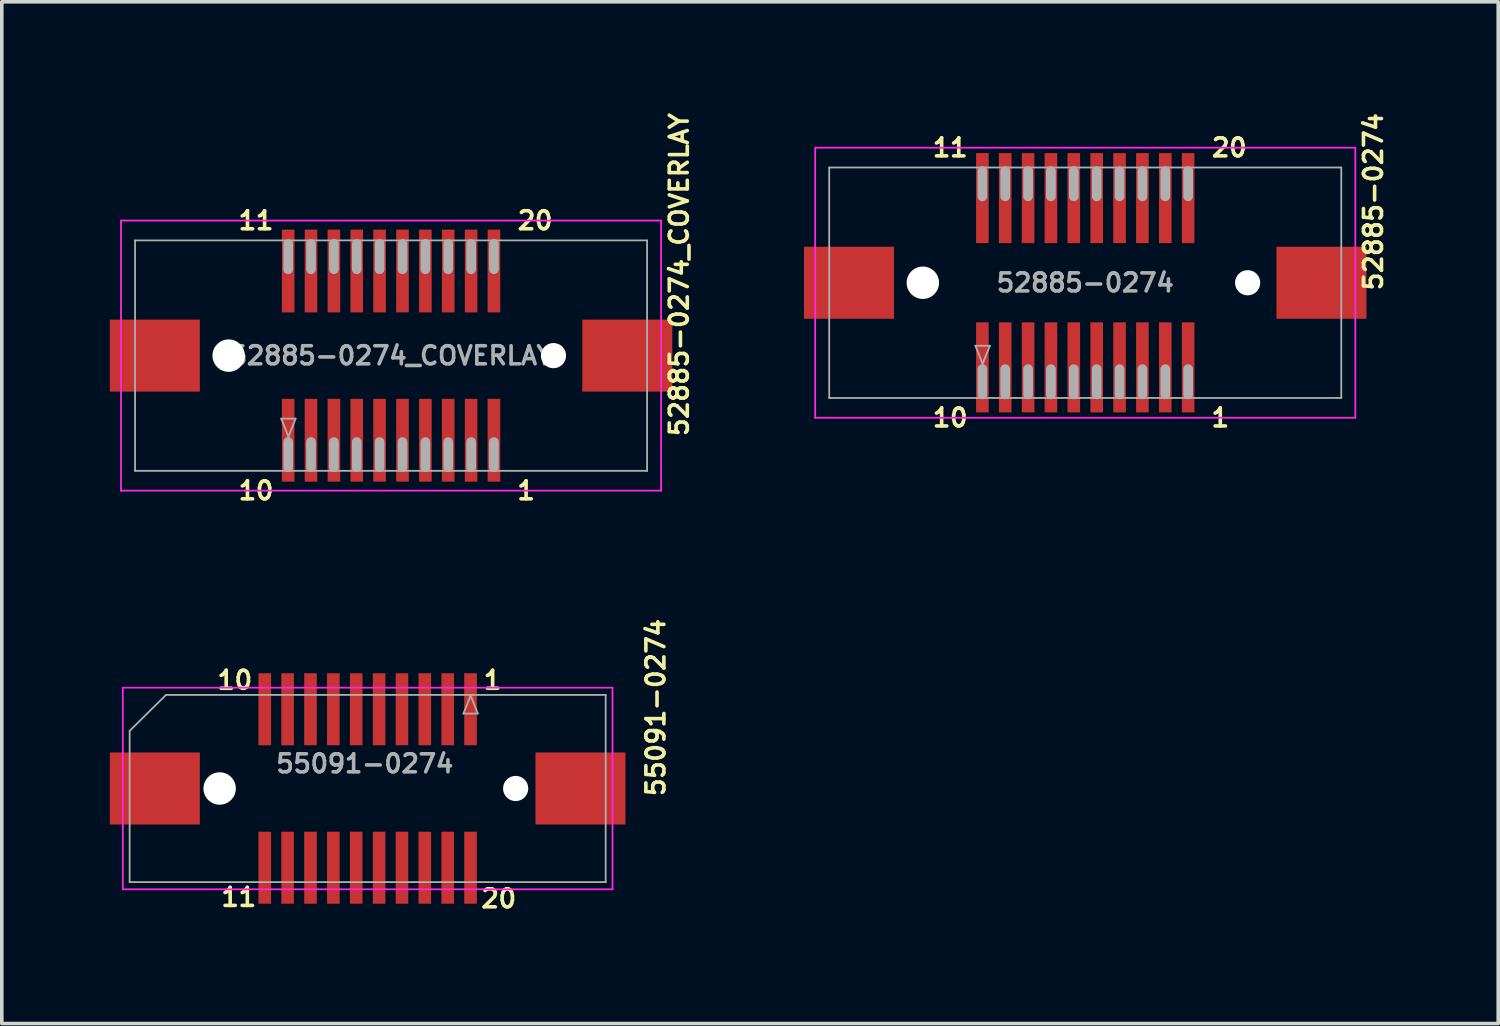
<source format=kicad_pcb>
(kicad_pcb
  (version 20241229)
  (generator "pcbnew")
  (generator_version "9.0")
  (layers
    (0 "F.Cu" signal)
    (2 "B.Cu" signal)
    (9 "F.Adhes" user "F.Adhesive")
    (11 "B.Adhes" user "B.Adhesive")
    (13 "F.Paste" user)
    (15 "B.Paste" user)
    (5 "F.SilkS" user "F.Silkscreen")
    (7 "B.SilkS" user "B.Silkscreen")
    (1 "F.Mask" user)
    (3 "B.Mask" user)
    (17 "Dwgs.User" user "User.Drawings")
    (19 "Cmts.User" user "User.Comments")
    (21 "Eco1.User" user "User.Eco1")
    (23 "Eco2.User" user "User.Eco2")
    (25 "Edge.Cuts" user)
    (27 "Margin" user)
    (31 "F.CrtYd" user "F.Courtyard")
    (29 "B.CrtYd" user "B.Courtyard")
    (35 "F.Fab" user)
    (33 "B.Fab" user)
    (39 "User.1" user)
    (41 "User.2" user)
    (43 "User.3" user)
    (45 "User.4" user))
  (footprint "52885-0274_COVERLAY"
    (layer "F.Cu")
    (at 7.81 6.826)
    (property "Reference" "52885-0274_COVERLAY" (at 8 -2.25 90) (layer "F.SilkS") (effects (font (size 0.5 0.5) (thickness 0.1))))
    (attr smd)
    (fp_line (start -7.5 -3.75) (end 7.5 -3.75) (stroke (width 0.05) (type solid)) (layer "F.CrtYd"))
    (fp_line (start -7.5 3.75) (end -7.5 -3.75) (stroke (width 0.05) (type solid)) (layer "F.CrtYd"))
    (fp_line (start 7.5 -3.75) (end 7.5 3.75) (stroke (width 0.05) (type solid)) (layer "F.CrtYd"))
    (fp_line (start 7.5 3.75) (end -7.5 3.75) (stroke (width 0.05) (type solid)) (layer "F.CrtYd"))
    (fp_line (start -7.11 -3.2) (end 7.11 -3.2) (stroke (width 0.05) (type solid)) (layer "F.Fab"))
    (fp_line (start -7.11 3.2) (end -7.11 -3.2) (stroke (width 0.05) (type solid)) (layer "F.Fab"))
    (fp_line (start -3.05 1.75) (end -2.65 1.75) (stroke (width 0.05) (type solid)) (layer "F.Fab"))
    (fp_line (start -2.857 -3.1) (end -2.857 -2.4) (stroke (width 0.27) (type solid)) (layer "F.Fab"))
    (fp_line (start -2.857 3.1) (end -2.857 2.4) (stroke (width 0.27) (type solid)) (layer "F.Fab"))
    (fp_line (start -2.85 2.25) (end -3.05 1.75) (stroke (width 0.05) (type solid)) (layer "F.Fab"))
    (fp_line (start -2.65 1.75) (end -2.85 2.25) (stroke (width 0.05) (type solid)) (layer "F.Fab"))
    (fp_line (start -2.223 -3.1) (end -2.223 -2.4) (stroke (width 0.27) (type solid)) (layer "F.Fab"))
    (fp_line (start -2.223 3.1) (end -2.223 2.4) (stroke (width 0.27) (type solid)) (layer "F.Fab"))
    (fp_line (start -1.587 -3.1) (end -1.587 -2.4) (stroke (width 0.27) (type solid)) (layer "F.Fab"))
    (fp_line (start -1.587 3.1) (end -1.587 2.4) (stroke (width 0.27) (type solid)) (layer "F.Fab"))
    (fp_line (start -0.953 -3.1) (end -0.953 -2.4) (stroke (width 0.27) (type solid)) (layer "F.Fab"))
    (fp_line (start -0.953 3.1) (end -0.953 2.4) (stroke (width 0.27) (type solid)) (layer "F.Fab"))
    (fp_line (start -0.318 -3.1) (end -0.318 -2.4) (stroke (width 0.27) (type solid)) (layer "F.Fab"))
    (fp_line (start -0.318 3.1) (end -0.318 2.4) (stroke (width 0.27) (type solid)) (layer "F.Fab"))
    (fp_line (start 0.318 -3.1) (end 0.318 -2.4) (stroke (width 0.27) (type solid)) (layer "F.Fab"))
    (fp_line (start 0.318 3.1) (end 0.318 2.4) (stroke (width 0.27) (type solid)) (layer "F.Fab"))
    (fp_line (start 0.953 -3.1) (end 0.953 -2.4) (stroke (width 0.27) (type solid)) (layer "F.Fab"))
    (fp_line (start 0.953 3.1) (end 0.953 2.4) (stroke (width 0.27) (type solid)) (layer "F.Fab"))
    (fp_line (start 1.587 -3.1) (end 1.587 -2.4) (stroke (width 0.27) (type solid)) (layer "F.Fab"))
    (fp_line (start 1.587 3.1) (end 1.587 2.4) (stroke (width 0.27) (type solid)) (layer "F.Fab"))
    (fp_line (start 2.223 -3.1) (end 2.223 -2.4) (stroke (width 0.27) (type solid)) (layer "F.Fab"))
    (fp_line (start 2.223 3.1) (end 2.223 2.4) (stroke (width 0.27) (type solid)) (layer "F.Fab"))
    (fp_line (start 2.857 -3.1) (end 2.857 -2.4) (stroke (width 0.27) (type solid)) (layer "F.Fab"))
    (fp_line (start 2.857 3.1) (end 2.857 2.4) (stroke (width 0.27) (type solid)) (layer "F.Fab"))
    (fp_line (start 7.11 -3.2) (end 7.11 3.2) (stroke (width 0.05) (type solid)) (layer "F.Fab"))
    (fp_line (start 7.11 3.2) (end -7.11 3.2) (stroke (width 0.05) (type solid)) (layer "F.Fab"))
    (fp_text user "11" (at -3.75 -3.75 0) (layer "F.SilkS") (effects (font (size 0.5 0.5) (thickness 0.1))))
    (fp_text user "10" (at -3.75 3.75 0) (layer "F.SilkS") (effects (font (size 0.5 0.5) (thickness 0.1))))
    (fp_text user "1" (at 3.75 3.75 0) (layer "F.SilkS") (effects (font (size 0.5 0.5) (thickness 0.1))))
    (fp_text user "20" (at 4 -3.75 0) (layer "F.SilkS") (effects (font (size 0.5 0.5) (thickness 0.1))))
    (fp_text user "${REFERENCE}" (at 0 0 0) (layer "F.Fab") (effects (font (size 0.5 0.5) (thickness 0.1))))
    (pad "" np_thru_hole circle (at -4.51 0) (size 0.9 0.9) (drill 0.9) (layers "*.Cu"))
    (pad "" np_thru_hole circle (at 4.51 0) (size 0.7 0.7) (drill 0.7) (layers "*.Cu"))
    (pad "1" smd rect (at 2.857 2.35) (size 0.35 2.3) (layers "F.Cu" "F.Mask" "F.Paste"))
    (pad "2" smd rect (at 2.223 2.35) (size 0.35 2.3) (layers "F.Cu" "F.Mask" "F.Paste"))
    (pad "3" smd rect (at 1.587 2.35) (size 0.35 2.3) (layers "F.Cu" "F.Mask" "F.Paste"))
    (pad "4" smd rect (at 0.953 2.35) (size 0.35 2.3) (layers "F.Cu" "F.Mask" "F.Paste"))
    (pad "5" smd rect (at 0.318 2.35) (size 0.35 2.3) (layers "F.Cu" "F.Mask" "F.Paste"))
    (pad "6" smd rect (at -0.318 2.35) (size 0.35 2.3) (layers "F.Cu" "F.Mask" "F.Paste"))
    (pad "7" smd rect (at -0.953 2.35) (size 0.35 2.3) (layers "F.Cu" "F.Mask" "F.Paste"))
    (pad "8" smd rect (at -1.587 2.35) (size 0.35 2.3) (layers "F.Cu" "F.Mask" "F.Paste"))
    (pad "9" smd rect (at -2.223 2.35) (size 0.35 2.3) (layers "F.Cu" "F.Mask" "F.Paste"))
    (pad "10" smd rect (at -2.857 2.35) (size 0.35 2.3) (layers "F.Cu" "F.Mask" "F.Paste"))
    (pad "11" smd rect (at -2.857 -2.35) (size 0.35 2.3) (layers "F.Cu" "F.Mask" "F.Paste"))
    (pad "12" smd rect (at -2.223 -2.35) (size 0.35 2.3) (layers "F.Cu" "F.Mask" "F.Paste"))
    (pad "13" smd rect (at -1.587 -2.35) (size 0.35 2.3) (layers "F.Cu" "F.Mask" "F.Paste"))
    (pad "14" smd rect (at -0.953 -2.35) (size 0.35 2.3) (layers "F.Cu" "F.Mask" "F.Paste"))
    (pad "15" smd rect (at -0.318 -2.35) (size 0.35 2.3) (layers "F.Cu" "F.Mask" "F.Paste"))
    (pad "16" smd rect (at 0.318 -2.35) (size 0.35 2.3) (layers "F.Cu" "F.Mask" "F.Paste"))
    (pad "17" smd rect (at 0.953 -2.35) (size 0.35 2.3) (layers "F.Cu" "F.Mask" "F.Paste"))
    (pad "18" smd rect (at 1.587 -2.35) (size 0.35 2.3) (layers "F.Cu" "F.Mask" "F.Paste"))
    (pad "19" smd rect (at 2.223 -2.35) (size 0.35 2.3) (layers "F.Cu" "F.Mask" "F.Paste"))
    (pad "20" smd rect (at 2.857 -2.35) (size 0.35 2.3) (layers "F.Cu" "F.Mask" "F.Paste"))
    (pad "21" smd rect (at 6.56 0) (size 2.5 2) (layers "F.Cu" "F.Mask" "F.Paste"))
    (pad "22" smd rect (at -6.56 0) (size 2.5 2) (layers "F.Cu" "F.Mask" "F.Paste")))
  (footprint "52885-0274"
    (layer "F.Cu")
    (at 27.088 4.802)
    (property "Reference" "52885-0274" (at 8 -2.25 90) (layer "F.SilkS") (effects (font (size 0.5 0.5) (thickness 0.1))))
    (attr smd)
    (fp_line (start -7.5 -3.75) (end 7.5 -3.75) (stroke (width 0.05) (type solid)) (layer "F.CrtYd"))
    (fp_line (start -7.5 3.75) (end -7.5 -3.75) (stroke (width 0.05) (type solid)) (layer "F.CrtYd"))
    (fp_line (start 7.5 -3.75) (end 7.5 3.75) (stroke (width 0.05) (type solid)) (layer "F.CrtYd"))
    (fp_line (start 7.5 3.75) (end -7.5 3.75) (stroke (width 0.05) (type solid)) (layer "F.CrtYd"))
    (fp_line (start -7.11 -3.2) (end 7.11 -3.2) (stroke (width 0.05) (type solid)) (layer "F.Fab"))
    (fp_line (start -7.11 3.2) (end -7.11 -3.2) (stroke (width 0.05) (type solid)) (layer "F.Fab"))
    (fp_line (start -3.05 1.75) (end -2.65 1.75) (stroke (width 0.05) (type solid)) (layer "F.Fab"))
    (fp_line (start -2.857 -3.1) (end -2.857 -2.4) (stroke (width 0.27) (type solid)) (layer "F.Fab"))
    (fp_line (start -2.857 3.1) (end -2.857 2.4) (stroke (width 0.27) (type solid)) (layer "F.Fab"))
    (fp_line (start -2.85 2.25) (end -3.05 1.75) (stroke (width 0.05) (type solid)) (layer "F.Fab"))
    (fp_line (start -2.65 1.75) (end -2.85 2.25) (stroke (width 0.05) (type solid)) (layer "F.Fab"))
    (fp_line (start -2.223 -3.1) (end -2.223 -2.4) (stroke (width 0.27) (type solid)) (layer "F.Fab"))
    (fp_line (start -2.223 3.1) (end -2.223 2.4) (stroke (width 0.27) (type solid)) (layer "F.Fab"))
    (fp_line (start -1.587 -3.1) (end -1.587 -2.4) (stroke (width 0.27) (type solid)) (layer "F.Fab"))
    (fp_line (start -1.587 3.1) (end -1.587 2.4) (stroke (width 0.27) (type solid)) (layer "F.Fab"))
    (fp_line (start -0.953 -3.1) (end -0.953 -2.4) (stroke (width 0.27) (type solid)) (layer "F.Fab"))
    (fp_line (start -0.953 3.1) (end -0.953 2.4) (stroke (width 0.27) (type solid)) (layer "F.Fab"))
    (fp_line (start -0.318 -3.1) (end -0.318 -2.4) (stroke (width 0.27) (type solid)) (layer "F.Fab"))
    (fp_line (start -0.318 3.1) (end -0.318 2.4) (stroke (width 0.27) (type solid)) (layer "F.Fab"))
    (fp_line (start 0.318 -3.1) (end 0.318 -2.4) (stroke (width 0.27) (type solid)) (layer "F.Fab"))
    (fp_line (start 0.318 3.1) (end 0.318 2.4) (stroke (width 0.27) (type solid)) (layer "F.Fab"))
    (fp_line (start 0.953 -3.1) (end 0.953 -2.4) (stroke (width 0.27) (type solid)) (layer "F.Fab"))
    (fp_line (start 0.953 3.1) (end 0.953 2.4) (stroke (width 0.27) (type solid)) (layer "F.Fab"))
    (fp_line (start 1.587 -3.1) (end 1.587 -2.4) (stroke (width 0.27) (type solid)) (layer "F.Fab"))
    (fp_line (start 1.587 3.1) (end 1.587 2.4) (stroke (width 0.27) (type solid)) (layer "F.Fab"))
    (fp_line (start 2.223 -3.1) (end 2.223 -2.4) (stroke (width 0.27) (type solid)) (layer "F.Fab"))
    (fp_line (start 2.223 3.1) (end 2.223 2.4) (stroke (width 0.27) (type solid)) (layer "F.Fab"))
    (fp_line (start 2.857 -3.1) (end 2.857 -2.4) (stroke (width 0.27) (type solid)) (layer "F.Fab"))
    (fp_line (start 2.857 3.1) (end 2.857 2.4) (stroke (width 0.27) (type solid)) (layer "F.Fab"))
    (fp_line (start 7.11 -3.2) (end 7.11 3.2) (stroke (width 0.05) (type solid)) (layer "F.Fab"))
    (fp_line (start 7.11 3.2) (end -7.11 3.2) (stroke (width 0.05) (type solid)) (layer "F.Fab"))
    (fp_text user "10" (at -3.75 3.75 0) (layer "F.SilkS") (effects (font (size 0.5 0.5) (thickness 0.1))))
    (fp_text user "20" (at 4 -3.75 0) (layer "F.SilkS") (effects (font (size 0.5 0.5) (thickness 0.1))))
    (fp_text user "11" (at -3.75 -3.75 0) (layer "F.SilkS") (effects (font (size 0.5 0.5) (thickness 0.1))))
    (fp_text user "1" (at 3.75 3.75 0) (layer "F.SilkS") (effects (font (size 0.5 0.5) (thickness 0.1))))
    (fp_text user "${REFERENCE}" (at 0 0 0) (layer "F.Fab") (effects (font (size 0.5 0.5) (thickness 0.1))))
    (pad "" np_thru_hole circle (at -4.51 0) (size 0.9 0.9) (drill 0.9) (layers "*.Cu"))
    (pad "" np_thru_hole circle (at 4.51 0) (size 0.7 0.7) (drill 0.7) (layers "*.Cu"))
    (pad "1" smd rect (at 2.857 2.35) (size 0.35 2.5) (layers "F.Cu" "F.Mask" "F.Paste"))
    (pad "2" smd rect (at 2.223 2.35) (size 0.35 2.5) (layers "F.Cu" "F.Mask" "F.Paste"))
    (pad "3" smd rect (at 1.587 2.35) (size 0.35 2.5) (layers "F.Cu" "F.Mask" "F.Paste"))
    (pad "4" smd rect (at 0.953 2.35) (size 0.35 2.5) (layers "F.Cu" "F.Mask" "F.Paste"))
    (pad "5" smd rect (at 0.318 2.35) (size 0.35 2.5) (layers "F.Cu" "F.Mask" "F.Paste"))
    (pad "6" smd rect (at -0.318 2.35) (size 0.35 2.5) (layers "F.Cu" "F.Mask" "F.Paste"))
    (pad "7" smd rect (at -0.953 2.35) (size 0.35 2.5) (layers "F.Cu" "F.Mask" "F.Paste"))
    (pad "8" smd rect (at -1.587 2.35) (size 0.35 2.5) (layers "F.Cu" "F.Mask" "F.Paste"))
    (pad "9" smd rect (at -2.223 2.35) (size 0.35 2.5) (layers "F.Cu" "F.Mask" "F.Paste"))
    (pad "10" smd rect (at -2.857 2.35) (size 0.35 2.5) (layers "F.Cu" "F.Mask" "F.Paste"))
    (pad "11" smd rect (at -2.857 -2.35) (size 0.35 2.5) (layers "F.Cu" "F.Mask" "F.Paste"))
    (pad "12" smd rect (at -2.223 -2.35) (size 0.35 2.5) (layers "F.Cu" "F.Mask" "F.Paste"))
    (pad "13" smd rect (at -1.587 -2.35) (size 0.35 2.5) (layers "F.Cu" "F.Mask" "F.Paste"))
    (pad "14" smd rect (at -0.953 -2.35) (size 0.35 2.5) (layers "F.Cu" "F.Mask" "F.Paste"))
    (pad "15" smd rect (at -0.318 -2.35) (size 0.35 2.5) (layers "F.Cu" "F.Mask" "F.Paste"))
    (pad "16" smd rect (at 0.318 -2.35) (size 0.35 2.5) (layers "F.Cu" "F.Mask" "F.Paste"))
    (pad "17" smd rect (at 0.953 -2.35) (size 0.35 2.5) (layers "F.Cu" "F.Mask" "F.Paste"))
    (pad "18" smd rect (at 1.587 -2.35) (size 0.35 2.5) (layers "F.Cu" "F.Mask" "F.Paste"))
    (pad "19" smd rect (at 2.223 -2.35) (size 0.35 2.5) (layers "F.Cu" "F.Mask" "F.Paste"))
    (pad "20" smd rect (at 2.857 -2.35) (size 0.35 2.5) (layers "F.Cu" "F.Mask" "F.Paste"))
    (pad "21" smd rect (at 6.56 0) (size 2.5 2) (layers "F.Cu" "F.Mask" "F.Paste"))
    (pad "22" smd rect (at -6.56 0) (size 2.5 2) (layers "F.Cu" "F.Mask" "F.Paste")))
  (footprint "55091-0274"
    (layer "F.Cu")
    (at 7.16 18.847)
    (property "Reference" "55091-0274" (at 8 -2.25 90) (layer "F.SilkS") (effects (font (size 0.5 0.5) (thickness 0.1))))
    (attr smd)
    (fp_line (start -6.8 -2.8) (end 6.8 -2.8) (stroke (width 0.05) (type solid)) (layer "F.CrtYd"))
    (fp_line (start -6.8 2.8) (end -6.8 -2.8) (stroke (width 0.05) (type solid)) (layer "F.CrtYd"))
    (fp_line (start 6.8 -2.8) (end 6.8 2.8) (stroke (width 0.05) (type solid)) (layer "F.CrtYd"))
    (fp_line (start 6.8 2.8) (end -6.8 2.8) (stroke (width 0.05) (type solid)) (layer "F.CrtYd"))
    (fp_line (start -6.61 -1.6) (end -5.6 -2.6) (stroke (width 0.05) (type solid)) (layer "F.Fab"))
    (fp_line (start -6.61 2.6) (end -6.61 -1.6) (stroke (width 0.05) (type solid)) (layer "F.Fab"))
    (fp_line (start -5.6 -2.6) (end 6.61 -2.6) (stroke (width 0.05) (type solid)) (layer "F.Fab"))
    (fp_line (start 2.66 -2.08) (end 2.86 -2.58) (stroke (width 0.05) (type solid)) (layer "F.Fab"))
    (fp_line (start 2.86 -2.58) (end 3.06 -2.08) (stroke (width 0.05) (type solid)) (layer "F.Fab"))
    (fp_line (start 3.06 -2.08) (end 2.66 -2.08) (stroke (width 0.05) (type solid)) (layer "F.Fab"))
    (fp_line (start 6.61 -2.6) (end 6.61 2.6) (stroke (width 0.05) (type solid)) (layer "F.Fab"))
    (fp_line (start 6.61 2.6) (end -6.61 2.6) (stroke (width 0.05) (type solid)) (layer "F.Fab"))
    (fp_text user "10" (at -3.69 -3.01 0) (layer "F.SilkS") (effects (font (size 0.5 0.5) (thickness 0.1))))
    (fp_text user "20" (at 3.64 3.06 0) (layer "F.SilkS") (effects (font (size 0.5 0.5) (thickness 0.1))))
    (fp_text user "1" (at 3.47 -3.01 0) (layer "F.SilkS") (effects (font (size 0.5 0.5) (thickness 0.1))))
    (fp_text user "11" (at -3.58 3.02 0) (layer "F.SilkS") (effects (font (size 0.5 0.5) (thickness 0.1))))
    (fp_text user "${REFERENCE}" (at -0.08 -0.69 0) (layer "F.Fab") (effects (font (size 0.5 0.5) (thickness 0.1))))
    (pad "" np_thru_hole circle (at -4.11 0) (size 0.9 0.9) (drill 0.9) (layers "*.Cu"))
    (pad "" np_thru_hole circle (at 4.11 0) (size 0.7 0.7) (drill 0.7) (layers "*.Cu"))
    (pad "1" smd rect (at 2.857 -2.2) (size 0.35 2) (layers "F.Cu" "F.Mask" "F.Paste"))
    (pad "2" smd rect (at 2.223 -2.2) (size 0.35 2) (layers "F.Cu" "F.Mask" "F.Paste"))
    (pad "3" smd rect (at 1.587 -2.2) (size 0.35 2) (layers "F.Cu" "F.Mask" "F.Paste"))
    (pad "4" smd rect (at 0.953 -2.2) (size 0.35 2) (layers "F.Cu" "F.Mask" "F.Paste"))
    (pad "5" smd rect (at 0.318 -2.2) (size 0.35 2) (layers "F.Cu" "F.Mask" "F.Paste"))
    (pad "6" smd rect (at -0.318 -2.2) (size 0.35 2) (layers "F.Cu" "F.Mask" "F.Paste"))
    (pad "7" smd rect (at -0.953 -2.2) (size 0.35 2) (layers "F.Cu" "F.Mask" "F.Paste"))
    (pad "8" smd rect (at -1.587 -2.2) (size 0.35 2) (layers "F.Cu" "F.Mask" "F.Paste"))
    (pad "9" smd rect (at -2.223 -2.2) (size 0.35 2) (layers "F.Cu" "F.Mask" "F.Paste"))
    (pad "10" smd rect (at -2.857 -2.2) (size 0.35 2) (layers "F.Cu" "F.Mask" "F.Paste"))
    (pad "11" smd rect (at -2.857 2.2) (size 0.35 2) (layers "F.Cu" "F.Mask" "F.Paste"))
    (pad "12" smd rect (at -2.223 2.2) (size 0.35 2) (layers "F.Cu" "F.Mask" "F.Paste"))
    (pad "13" smd rect (at -1.587 2.2) (size 0.35 2) (layers "F.Cu" "F.Mask" "F.Paste"))
    (pad "14" smd rect (at -0.953 2.2) (size 0.35 2) (layers "F.Cu" "F.Mask" "F.Paste"))
    (pad "15" smd rect (at -0.318 2.2) (size 0.35 2) (layers "F.Cu" "F.Mask" "F.Paste"))
    (pad "16" smd rect (at 0.318 2.2) (size 0.35 2) (layers "F.Cu" "F.Mask" "F.Paste"))
    (pad "17" smd rect (at 0.953 2.2) (size 0.35 2) (layers "F.Cu" "F.Mask" "F.Paste"))
    (pad "18" smd rect (at 1.587 2.2) (size 0.35 2) (layers "F.Cu" "F.Mask" "F.Paste"))
    (pad "19" smd rect (at 2.223 2.2) (size 0.35 2) (layers "F.Cu" "F.Mask" "F.Paste"))
    (pad "20" smd rect (at 2.857 2.2) (size 0.35 2) (layers "F.Cu" "F.Mask" "F.Paste"))
    (pad "21" smd rect (at 5.91 0) (size 2.5 2) (layers "F.Cu" "F.Mask" "F.Paste"))
    (pad "22" smd rect (at -5.91 0) (size 2.5 2) (layers "F.Cu" "F.Mask" "F.Paste")))
  (gr_rect
    (start -3 -3)
    (end 38.556 25.375)
    (stroke (width 0.1) (type default))
    (fill no)
    (layer "Edge.Cuts")))
</source>
